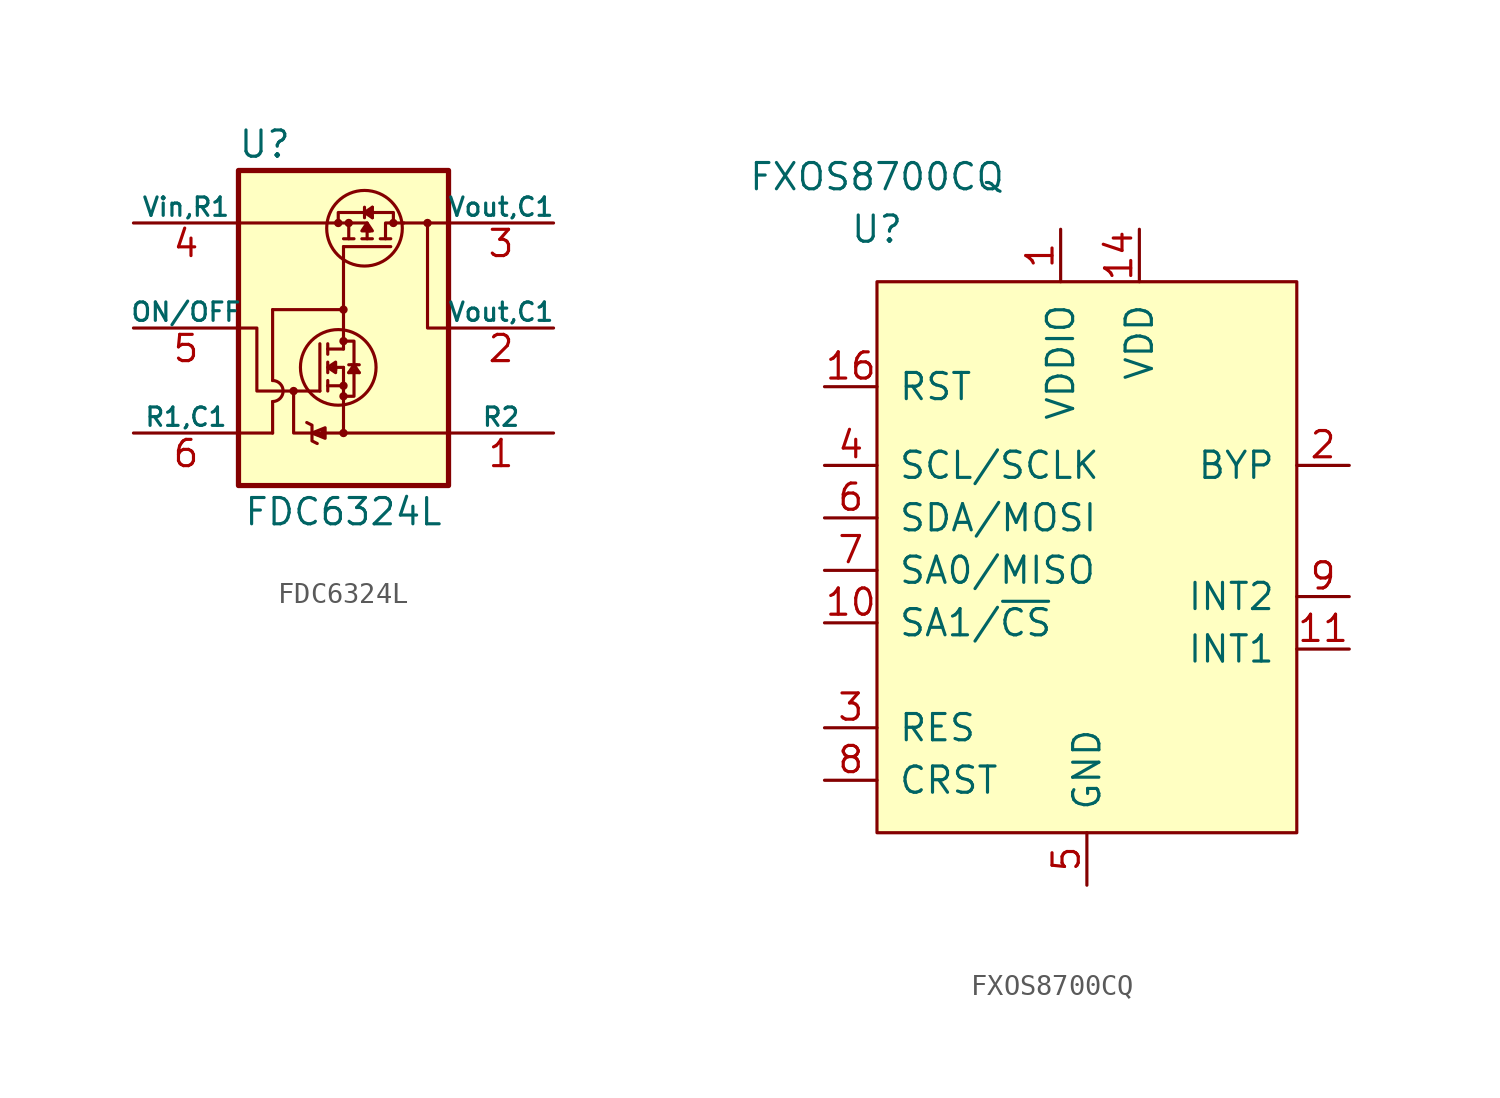
<source format=kicad_sym>
(kicad_symbol_lib
  (version 20211014)
  (generator kicad_symbol_editor)
  (symbol "FDC6324L"
    (pin_names
      (offset 0))
    (property "Reference" "U"
      (at -3.81 8.89 0)
      (effects (font (size 1.27 1.27))))
    (property "Value" "FDC6324L"
      (at 0 -8.89 0)
      (effects (font (size 1.27 1.27))))
    (symbol "FDC6324L_0_1"
      (arc (start -3.429 -3.556) (mid -2.921 -3.048) (end -3.429 -2.54) (stroke (width 0) (type default) (color 0 0 0 0)) (fill (type none)))
      (circle (center -2.413 -3.048) (radius 0.127) (stroke (width 0) (type default) (color 0 0 0 0)) (fill (type none)))
      (circle (center -0.254 -1.905) (radius 1.829) (stroke (width 0) (type default) (color 0 0 0 0)) (fill (type none)))
      (circle (center -0.254 5.08) (radius 0.127) (stroke (width 0) (type default) (color 0 0 0 0)) (fill (type none)))
      (circle (center 0 -5.08) (radius 0.127) (stroke (width 0) (type default) (color 0 0 0 0)) (fill (type none)))
      (circle (center 0 -3.302) (radius 0.127) (stroke (width 0) (type default) (color 0 0 0 0)) (fill (type none)))
      (circle (center 0 -2.794) (radius 0.127) (stroke (width 0) (type default) (color 0 0 0 0)) (fill (type none)))
      (circle (center 0 -0.635) (radius 0.127) (stroke (width 0) (type default) (color 0 0 0 0)) (fill (type none)))
      (polyline (pts (xy -5.08 -5.08) (xy -3.429 -5.08)) (stroke (width 0) (type default) (color 0 0 0 0)) (fill (type none)))
      (polyline (pts (xy -5.08 5.08) (xy -0.254 5.08)) (stroke (width 0) (type default) (color 0 0 0 0)) (fill (type none)))
      (polyline (pts (xy -3.429 -5.08) (xy -3.429 -3.556)) (stroke (width 0) (type default) (color 0 0 0 0)) (fill (type none)))
      (polyline (pts (xy -3.429 -2.54) (xy -3.429 0.889)) (stroke (width 0) (type default) (color 0 0 0 0)) (fill (type none)))
      (polyline (pts (xy -3.429 0.889) (xy 0 0.889)) (stroke (width 0) (type default) (color 0 0 0 0)) (fill (type none)))
      (polyline (pts (xy -1.143 -5.207) (xy -1.143 -5.08)) (stroke (width 0) (type default) (color 0 0 0 0)) (fill (type none)))
      (polyline (pts (xy -1.016 -5.207) (xy -1.016 -4.953)) (stroke (width 0) (type default) (color 0 0 0 0)) (fill (type none)))
      (polyline (pts (xy -0.254 5.08) (xy 0.254 5.08)) (stroke (width 0) (type default) (color 0 0 0 0)) (fill (type none)))
      (polyline (pts (xy 0 -5.08) (xy 0 -3.302)) (stroke (width 0) (type default) (color 0 0 0 0)) (fill (type none)))
      (polyline (pts (xy 0 -5.08) (xy 5.08 -5.08)) (stroke (width 0) (type default) (color 0 0 0 0)) (fill (type none)))
      (polyline (pts (xy 0 -2.794) (xy 0 -1.905)) (stroke (width 0) (type default) (color 0 0 0 0)) (fill (type none)))
      (polyline (pts (xy 0 -1.016) (xy 0 0.889)) (stroke (width 0) (type default) (color 0 0 0 0)) (fill (type none)))
      (polyline (pts (xy 0 0.889) (xy 0 3.937)) (stroke (width 0) (type default) (color 0 0 0 0)) (fill (type none)))
      (polyline (pts (xy 0.254 4.318) (xy 0.254 5.08)) (stroke (width 0) (type default) (color 0 0 0 0)) (fill (type none)))
      (polyline (pts (xy 0.508 4.318) (xy 0 4.318)) (stroke (width 0) (type default) (color 0 0 0 0)) (fill (type none)))
      (polyline (pts (xy 1.016 4.826) (xy 1.143 4.699)) (stroke (width 0) (type default) (color 0 0 0 0)) (fill (type none)))
      (polyline (pts (xy 1.016 5.461) (xy 1.016 5.334)) (stroke (width 0) (type default) (color 0 0 0 0)) (fill (type none)))
      (polyline (pts (xy 1.016 5.715) (xy 1.016 5.842)) (stroke (width 0) (type default) (color 0 0 0 0)) (fill (type none)))
      (polyline (pts (xy 1.143 4.699) (xy 1.143 4.318)) (stroke (width 0) (type default) (color 0 0 0 0)) (fill (type none)))
      (polyline (pts (xy 1.143 5.08) (xy 0.254 5.08)) (stroke (width 0) (type default) (color 0 0 0 0)) (fill (type none)))
      (polyline (pts (xy 1.143 5.588) (xy 1.27 5.588)) (stroke (width 0) (type default) (color 0 0 0 0)) (fill (type none)))
      (polyline (pts (xy 1.27 4.699) (xy 1.143 4.953)) (stroke (width 0) (type default) (color 0 0 0 0)) (fill (type none)))
      (polyline (pts (xy 1.397 4.318) (xy 0.889 4.318)) (stroke (width 0) (type default) (color 0 0 0 0)) (fill (type none)))
      (polyline (pts (xy 1.397 5.334) (xy 1.27 5.588)) (stroke (width 0) (type default) (color 0 0 0 0)) (fill (type none)))
      (polyline (pts (xy 1.397 5.842) (xy 1.27 5.588)) (stroke (width 0) (type default) (color 0 0 0 0)) (fill (type none)))
      (polyline (pts (xy 1.778 4.318) (xy 2.286 4.318)) (stroke (width 0) (type default) (color 0 0 0 0)) (fill (type none)))
      (polyline (pts (xy 2.286 3.937) (xy 0 3.937)) (stroke (width 0) (type default) (color 0 0 0 0)) (fill (type none)))
      (polyline (pts (xy 2.921 5.08) (xy 5.08 5.08)) (stroke (width 0) (type default) (color 0 0 0 0)) (fill (type none)))
      (polyline (pts (xy -1.524 -5.08) (xy -1.524 -5.461) (xy -1.27 -5.588)) (stroke (width 0) (type default) (color 0 0 0 0)) (fill (type none)))
      (polyline (pts (xy -1.524 -5.08) (xy -1.524 -4.699) (xy -1.778 -4.572)) (stroke (width 0) (type default) (color 0 0 0 0)) (fill (type none)))
      (polyline (pts (xy 0 -5.08) (xy -2.413 -5.08) (xy -2.413 -3.048)) (stroke (width 0) (type default) (color 0 0 0 0)) (fill (type none)))
      (polyline (pts (xy 0 -3.302) (xy 0.508 -3.302) (xy 0.508 -2.159)) (stroke (width 0) (type default) (color 0 0 0 0)) (fill (type none)))
      (polyline (pts (xy 0 -3.175) (xy 0 -2.794) (xy -0.762 -2.794)) (stroke (width 0) (type default) (color 0 0 0 0)) (fill (type none)))
      (polyline (pts (xy 0 -0.635) (xy 0.508 -0.635) (xy 0.508 -1.905)) (stroke (width 0) (type default) (color 0 0 0 0)) (fill (type none)))
      (polyline (pts (xy 1.016 5.588) (xy -0.254 5.588) (xy -0.254 5.08)) (stroke (width 0) (type default) (color 0 0 0 0)) (fill (type none)))
      (polyline (pts (xy 1.016 5.588) (xy 1.016 5.461) (xy 1.016 5.715)) (stroke (width 0) (type default) (color 0 0 0 0)) (fill (type none)))
      (polyline (pts (xy 1.143 4.826) (xy 1.143 4.699) (xy 1.27 4.699)) (stroke (width 0) (type default) (color 0 0 0 0)) (fill (type none)))
      (polyline (pts (xy 1.397 5.588) (xy 2.413 5.588) (xy 2.413 5.08)) (stroke (width 0) (type default) (color 0 0 0 0)) (fill (type none)))
      (polyline (pts (xy 2.032 4.318) (xy 2.032 5.08) (xy 2.921 5.08)) (stroke (width 0) (type default) (color 0 0 0 0)) (fill (type none)))
      (polyline (pts (xy 4.064 5.08) (xy 4.064 0) (xy 4.953 0)) (stroke (width 0) (type default) (color 0 0 0 0)) (fill (type none)))
      (polyline (pts (xy -1.524 -5.08) (xy -0.889 -4.826) (xy -0.889 -5.334) (xy -1.524 -5.08)) (stroke (width 0) (type default) (color 0 0 0 0)) (fill (type none)))
      (polyline (pts (xy -1.143 -3.048) (xy -4.191 -3.048) (xy -4.191 0) (xy -5.08 0)) (stroke (width 0) (type default) (color 0 0 0 0)) (fill (type none)))
      (polyline (pts (xy 1.016 5.588) (xy 1.397 5.842) (xy 1.397 5.334) (xy 1.016 5.588)) (stroke (width 0) (type default) (color 0 0 0 0)) (fill (type none)))
      (polyline (pts (xy 1.143 5.08) (xy 0.889 4.699) (xy 1.397 4.699) (xy 1.143 5.08)) (stroke (width 0) (type default) (color 0 0 0 0)) (fill (type none)))
      (circle (center 0 0.889) (radius 0.127) (stroke (width 0) (type default) (color 0 0 0 0)) (fill (type none)))
      (circle (center 0.254 5.08) (radius 0.127) (stroke (width 0) (type default) (color 0 0 0 0)) (fill (type none)))
      (circle (center 2.413 5.08) (radius 0.127) (stroke (width 0) (type default) (color 0 0 0 0)) (fill (type none)))
      (circle (center 4.064 5.08) (radius 0.127) (stroke (width 0) (type default) (color 0 0 0 0)) (fill (type none)))
      (rectangle (start 5.08 -7.62) (end -5.08 7.62) (stroke (width 0.254) (type default) (color 0 0 0 0)) (fill (type background))))
    (symbol "FDC6324L_1_1"
      (polyline (pts (xy -1.143 -3.048) (xy -1.143 -0.762)) (stroke (width 0) (type default) (color 0 0 0 0)) (fill (type none)))
      (polyline (pts (xy -0.762 -2.54) (xy -0.762 -3.048)) (stroke (width 0) (type default) (color 0 0 0 0)) (fill (type none)))
      (polyline (pts (xy -0.762 -2.159) (xy -0.762 -1.651)) (stroke (width 0) (type default) (color 0 0 0 0)) (fill (type none)))
      (polyline (pts (xy -0.762 -1.27) (xy -0.762 -0.762)) (stroke (width 0) (type default) (color 0 0 0 0)) (fill (type none)))
      (polyline (pts (xy -0.762 -1.016) (xy 0 -1.016)) (stroke (width 0) (type default) (color 0 0 0 0)) (fill (type none)))
      (polyline (pts (xy -0.508 -1.778) (xy -0.381 -1.905)) (stroke (width 0) (type default) (color 0 0 0 0)) (fill (type none)))
      (polyline (pts (xy -0.381 -2.032) (xy -0.635 -1.905)) (stroke (width 0) (type default) (color 0 0 0 0)) (fill (type none)))
      (polyline (pts (xy -0.381 -1.905) (xy 0 -1.905)) (stroke (width 0) (type default) (color 0 0 0 0)) (fill (type none)))
      (polyline (pts (xy 0.254 -2.159) (xy 0.508 -2.032)) (stroke (width 0) (type default) (color 0 0 0 0)) (fill (type none)))
      (polyline (pts (xy 0.381 -1.778) (xy 0.254 -1.778)) (stroke (width 0) (type default) (color 0 0 0 0)) (fill (type none)))
      (polyline (pts (xy 0.635 -1.778) (xy 0.762 -1.778)) (stroke (width 0) (type default) (color 0 0 0 0)) (fill (type none)))
      (polyline (pts (xy 0.762 -2.159) (xy 0.508 -2.032)) (stroke (width 0) (type default) (color 0 0 0 0)) (fill (type none)))
      (polyline (pts (xy -0.508 -1.905) (xy -0.381 -1.905) (xy -0.381 -2.032)) (stroke (width 0) (type default) (color 0 0 0 0)) (fill (type none)))
      (polyline (pts (xy 0.508 -1.778) (xy 0.381 -1.778) (xy 0.635 -1.778)) (stroke (width 0) (type default) (color 0 0 0 0)) (fill (type none)))
      (polyline (pts (xy -0.762 -1.905) (xy -0.381 -1.651) (xy -0.381 -2.159) (xy -0.762 -1.905)) (stroke (width 0) (type default) (color 0 0 0 0)) (fill (type none)))
      (polyline (pts (xy 0.508 -1.778) (xy 0.762 -2.159) (xy 0.254 -2.159) (xy 0.508 -1.778)) (stroke (width 0) (type default) (color 0 0 0 0)) (fill (type none)))
      (circle (center 1.016 4.826) (radius 1.829) (stroke (width 0) (type default) (color 0 0 0 0)) (fill (type none)))
      (pin passive line (at 10.16 -5.08 180) (length 5.08) (name "R2" (effects (font (size 0.889 0.889)))) (number "1" (effects (font (size 1.27 1.27)))))
      (pin passive line (at 10.16 0 180) (length 5.08) (name "Vout,C1" (effects (font (size 0.889 0.889)))) (number "2" (effects (font (size 1.27 1.27)))))
      (pin passive line (at 10.16 5.08 180) (length 5.08) (name "Vout,C1" (effects (font (size 0.889 0.889)))) (number "3" (effects (font (size 1.27 1.27)))))
      (pin passive line (at -10.16 5.08 0) (length 5.08) (name "Vin,R1" (effects (font (size 0.889 0.889)))) (number "4" (effects (font (size 1.27 1.27)))))
      (pin passive line (at -10.16 0 0) (length 5.08) (name "ON/OFF" (effects (font (size 0.889 0.889)))) (number "5" (effects (font (size 1.27 1.27)))))
      (pin passive line (at -10.16 -5.08 0) (length 5.08) (name "R1,C1" (effects (font (size 0.889 0.889)))) (number "6" (effects (font (size 1.27 1.27)))))))
  (symbol "FXOS8700CQ"
    (pin_names
      (offset 1.016))
    (property "Reference" "U"
      (at -10.16 15.24 0)
      (effects (font (size 1.27 1.27))))
    (property "Value" "FXOS8700CQ"
      (at -10.16 17.78 0)
      (effects (font (size 1.27 1.27))))
    (symbol "FXOS8700CQ_0_1"
      (rectangle (start -10.16 12.7) (end 10.16 -13.97) (stroke (width 0) (type default) (color 0 0 0 0)) (fill (type background))))
    (symbol "FXOS8700CQ_1_1"
      (pin power_in line (at -1.27 15.24 270) (length 2.54) (name "VDDIO" (effects (font (size 1.27 1.27)))) (number "1" (effects (font (size 1.27 1.27)))))
      (pin input line (at -12.7 -3.81 0) (length 2.54) (name "SA1/~{CS}" (effects (font (size 1.27 1.27)))) (number "10" (effects (font (size 1.27 1.27)))))
      (pin output line (at 12.7 -5.08 180) (length 2.54) (name "INT1" (effects (font (size 1.27 1.27)))) (number "11" (effects (font (size 1.27 1.27)))))
      (pin passive line (at 0 -16.51 90) (length 2.54) hide (name "GND" (effects (font (size 1.27 1.27)))) (number "12" (effects (font (size 1.27 1.27)))))
      (pin passive line (at -12.7 -8.89 0) (length 2.54) hide (name "RES" (effects (font (size 1.27 1.27)))) (number "13" (effects (font (size 1.27 1.27)))))
      (pin power_in line (at 2.54 15.24 270) (length 2.54) (name "VDD" (effects (font (size 1.27 1.27)))) (number "14" (effects (font (size 1.27 1.27)))))
      (pin no_connect line (at 10.16 -8.89 180) (length 2.54) hide (name "NC" (effects (font (size 1.27 1.27)))) (number "15" (effects (font (size 1.27 1.27)))))
      (pin input line (at -12.7 7.62 0) (length 2.54) (name "RST" (effects (font (size 1.27 1.27)))) (number "16" (effects (font (size 1.27 1.27)))))
      (pin output line (at 12.7 3.81 180) (length 2.54) (name "BYP" (effects (font (size 1.27 1.27)))) (number "2" (effects (font (size 1.27 1.27)))))
      (pin passive line (at -12.7 -8.89 0) (length 2.54) (name "RES" (effects (font (size 1.27 1.27)))) (number "3" (effects (font (size 1.27 1.27)))))
      (pin input line (at -12.7 3.81 0) (length 2.54) (name "SCL/SCLK" (effects (font (size 1.27 1.27)))) (number "4" (effects (font (size 1.27 1.27)))))
      (pin power_in line (at 0 -16.51 90) (length 2.54) (name "GND" (effects (font (size 1.27 1.27)))) (number "5" (effects (font (size 1.27 1.27)))))
      (pin bidirectional line (at -12.7 1.27 0) (length 2.54) (name "SDA/MOSI" (effects (font (size 1.27 1.27)))) (number "6" (effects (font (size 1.27 1.27)))))
      (pin bidirectional line (at -12.7 -1.27 0) (length 2.54) (name "SA0/MISO" (effects (font (size 1.27 1.27)))) (number "7" (effects (font (size 1.27 1.27)))))
      (pin passive line (at -12.7 -11.43 0) (length 2.54) (name "CRST" (effects (font (size 1.27 1.27)))) (number "8" (effects (font (size 1.27 1.27)))))
      (pin output line (at 12.7 -2.54 180) (length 2.54) (name "INT2" (effects (font (size 1.27 1.27)))) (number "9" (effects (font (size 1.27 1.27))))))))
</source>
